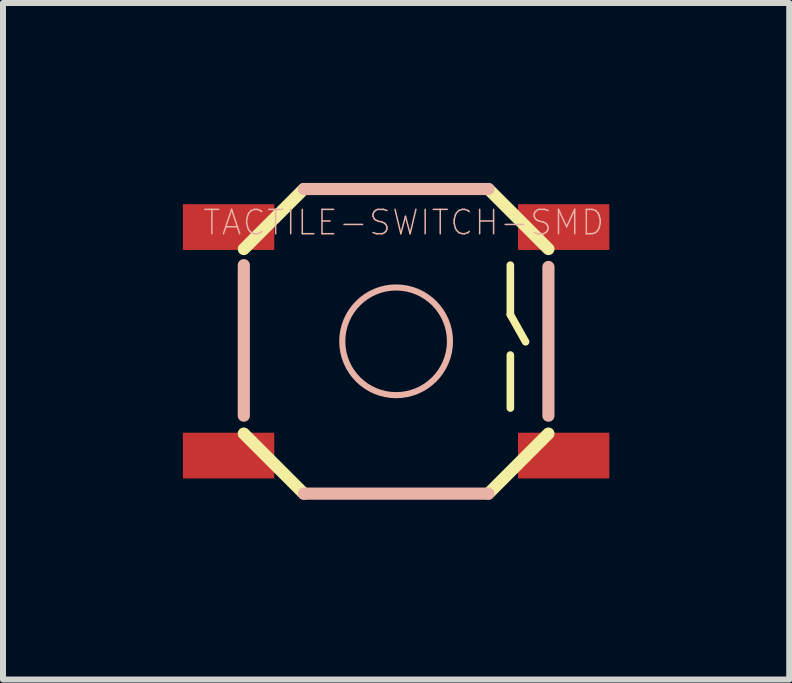
<source format=kicad_pcb>
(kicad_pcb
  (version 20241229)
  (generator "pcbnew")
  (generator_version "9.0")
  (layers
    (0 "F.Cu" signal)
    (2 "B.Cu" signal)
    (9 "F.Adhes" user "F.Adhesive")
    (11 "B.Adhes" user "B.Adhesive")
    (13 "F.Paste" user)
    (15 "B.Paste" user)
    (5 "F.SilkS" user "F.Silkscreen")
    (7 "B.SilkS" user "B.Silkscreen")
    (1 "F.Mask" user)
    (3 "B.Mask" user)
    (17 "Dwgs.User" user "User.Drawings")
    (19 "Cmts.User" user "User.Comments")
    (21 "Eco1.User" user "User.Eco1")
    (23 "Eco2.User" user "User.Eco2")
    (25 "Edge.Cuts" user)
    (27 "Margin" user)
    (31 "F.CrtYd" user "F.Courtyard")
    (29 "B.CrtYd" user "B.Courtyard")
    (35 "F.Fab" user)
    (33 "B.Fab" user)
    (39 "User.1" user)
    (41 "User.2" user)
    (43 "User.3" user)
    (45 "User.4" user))
  (footprint "TACTILE-SWITCH-SMD"
    (layer "F.Cu")
    (at 3.556 2.642)
    (property "Reference" "TACTILE-SWITCH-SMD" (at 0.127 -1.981 0) (layer "B.SilkS") (effects (font (size 0.406 0.406) (thickness 0.025))))
    (attr smd)
    (fp_line (start -2.54 -1.539) (end -1.539 -2.54) (stroke (width 0.203) (type solid)) (layer "F.SilkS"))
    (fp_line (start -1.539 2.54) (end -2.54 1.539) (stroke (width 0.203) (type solid)) (layer "F.SilkS"))
    (fp_line (start 1.539 -2.54) (end 2.54 -1.539) (stroke (width 0.203) (type solid)) (layer "F.SilkS"))
    (fp_line (start 1.905 -1.27) (end 1.905 -0.445) (stroke (width 0.127) (type solid)) (layer "F.SilkS"))
    (fp_line (start 1.905 -0.445) (end 2.159 0.008) (stroke (width 0.127) (type solid)) (layer "F.SilkS"))
    (fp_line (start 1.905 0.229) (end 1.905 1.113) (stroke (width 0.127) (type solid)) (layer "F.SilkS"))
    (fp_line (start 2.54 1.539) (end 1.539 2.54) (stroke (width 0.203) (type solid)) (layer "F.SilkS"))
    (fp_line (start -2.54 1.24) (end -2.54 -1.27) (stroke (width 0.203) (type solid)) (layer "B.SilkS"))
    (fp_line (start -1.539 -2.54) (end 1.539 -2.54) (stroke (width 0.203) (type solid)) (layer "B.SilkS"))
    (fp_line (start 1.539 2.54) (end -1.539 2.54) (stroke (width 0.203) (type solid)) (layer "B.SilkS"))
    (fp_line (start 2.54 -1.24) (end 2.54 1.24) (stroke (width 0.203) (type solid)) (layer "B.SilkS"))
    (fp_circle (center 0 0) (end -0.635 0.635) (stroke (width 0.102) (type solid)) (fill no) (layer "B.SilkS"))
    (pad "1" smd rect (at -2.794 -1.905 90) (size 0.762 1.524) (layers "F.Cu" "F.Mask" "F.Paste"))
    (pad "2" smd rect (at 2.794 -1.905 90) (size 0.762 1.524) (layers "F.Cu" "F.Mask" "F.Paste"))
    (pad "3" smd rect (at -2.794 1.905 90) (size 0.762 1.524) (layers "F.Cu" "F.Mask" "F.Paste"))
    (pad "4" smd rect (at 2.794 1.905 90) (size 0.762 1.524) (layers "F.Cu" "F.Mask" "F.Paste")))
  (gr_rect
    (start -3 -3)
    (end 10.112 8.283)
    (stroke (width 0.1) (type default))
    (fill no)
    (layer "Edge.Cuts")))
</source>
